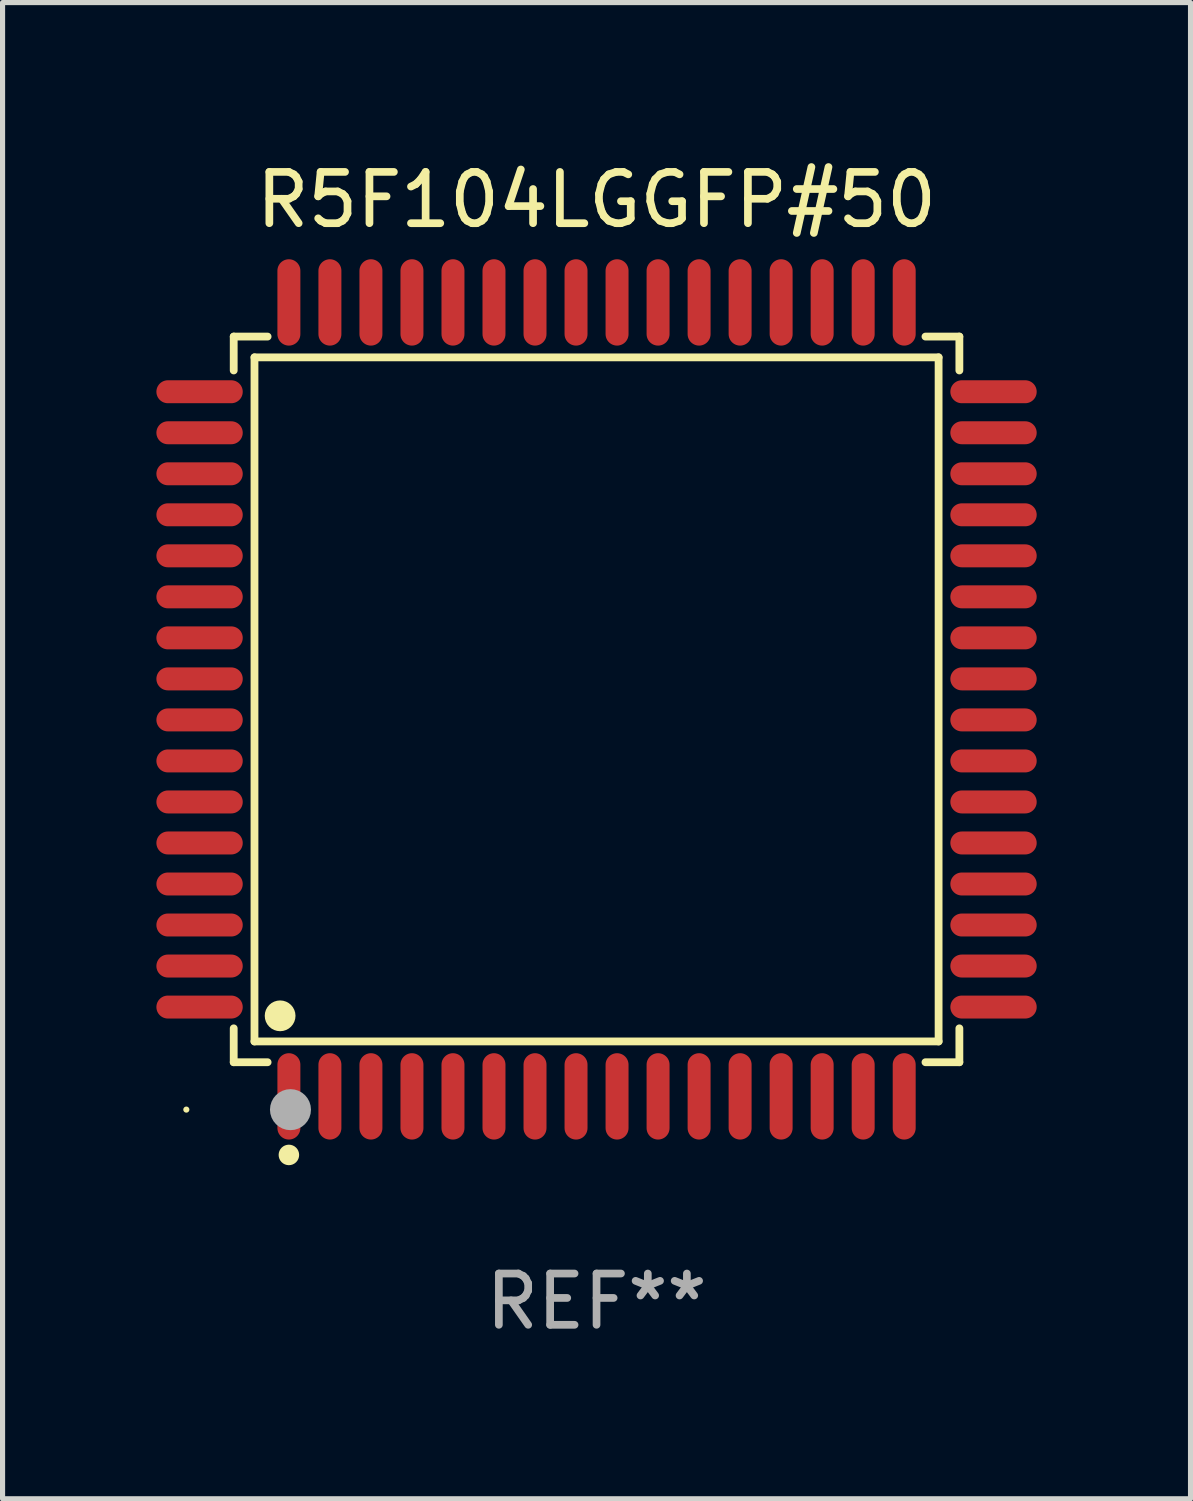
<source format=kicad_pcb>
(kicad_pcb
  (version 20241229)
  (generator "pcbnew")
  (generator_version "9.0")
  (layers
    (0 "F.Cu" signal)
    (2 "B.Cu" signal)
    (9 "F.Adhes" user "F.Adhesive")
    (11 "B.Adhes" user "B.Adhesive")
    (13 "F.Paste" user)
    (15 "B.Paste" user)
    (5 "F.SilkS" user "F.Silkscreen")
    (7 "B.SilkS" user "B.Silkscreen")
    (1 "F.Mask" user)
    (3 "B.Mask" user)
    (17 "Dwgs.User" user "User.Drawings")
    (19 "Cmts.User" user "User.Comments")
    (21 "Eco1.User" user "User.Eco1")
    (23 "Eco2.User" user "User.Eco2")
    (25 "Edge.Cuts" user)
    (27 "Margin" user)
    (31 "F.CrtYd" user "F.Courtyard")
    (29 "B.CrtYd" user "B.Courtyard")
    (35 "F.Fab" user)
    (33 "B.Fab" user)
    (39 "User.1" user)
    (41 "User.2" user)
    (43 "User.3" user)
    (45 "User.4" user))
  (footprint "R5F104LGGFP#50"
    (layer "F.Cu")
    (at 8.584 10.59)
    (property "Reference" "R5F104LGGFP#50" (at 0 -9.742 0) (layer "F.SilkS") (effects (font (size 1 1) (thickness 0.15))))
    (attr through_hole)
    (fp_line (start -7.076 -7.076) (end -6.415 -7.076) (stroke (width 0.152) (type solid)) (layer "F.SilkS"))
    (fp_line (start -7.076 -6.415) (end -7.076 -7.076) (stroke (width 0.152) (type solid)) (layer "F.SilkS"))
    (fp_line (start -7.076 6.415) (end -7.076 7.076) (stroke (width 0.152) (type solid)) (layer "F.SilkS"))
    (fp_line (start -7.076 7.076) (end -6.415 7.076) (stroke (width 0.152) (type solid)) (layer "F.SilkS"))
    (fp_line (start -6.671 -6.671) (end 6.671 -6.671) (stroke (width 0.152) (type solid)) (layer "F.SilkS"))
    (fp_line (start -6.671 6.671) (end -6.671 -6.671) (stroke (width 0.152) (type solid)) (layer "F.SilkS"))
    (fp_line (start 6.671 -6.671) (end 6.671 6.671) (stroke (width 0.152) (type solid)) (layer "F.SilkS"))
    (fp_line (start 6.671 6.671) (end -6.671 6.671) (stroke (width 0.152) (type solid)) (layer "F.SilkS"))
    (fp_line (start 7.076 -7.076) (end 6.415 -7.076) (stroke (width 0.152) (type solid)) (layer "F.SilkS"))
    (fp_line (start 7.076 -6.415) (end 7.076 -7.076) (stroke (width 0.152) (type solid)) (layer "F.SilkS"))
    (fp_line (start 7.076 6.415) (end 7.076 7.076) (stroke (width 0.152) (type solid)) (layer "F.SilkS"))
    (fp_line (start 7.076 7.076) (end 6.415 7.076) (stroke (width 0.152) (type solid)) (layer "F.SilkS"))
    (fp_circle (center -8 8) (end -7.97 8) (stroke (width 0.06) (type solid)) (fill no) (layer "F.SilkS"))
    (fp_circle (center -6.171 6.171) (end -6.021 6.171) (stroke (width 0.3) (type solid)) (fill no) (layer "F.SilkS"))
    (fp_circle (center -6 8.884) (end -5.9 8.884) (stroke (width 0.2) (type solid)) (fill no) (layer "F.SilkS"))
    (fp_circle (center -5.969 8.001) (end -5.769 8.001) (stroke (width 0.4) (type solid)) (fill no) (layer "F.Fab"))
    (fp_text user "REF**" (at 0 11.742 0) (layer "F.Fab") (effects (font (size 1 1) (thickness 0.15))))
    (pad "1" smd oval (at -6 7.742) (size 0.448 1.684) (layers "F.Cu" "F.Mask" "F.Paste"))
    (pad "2" smd oval (at -5.2 7.742) (size 0.448 1.684) (layers "F.Cu" "F.Mask" "F.Paste"))
    (pad "3" smd oval (at -4.4 7.742) (size 0.448 1.684) (layers "F.Cu" "F.Mask" "F.Paste"))
    (pad "4" smd oval (at -3.6 7.742) (size 0.448 1.684) (layers "F.Cu" "F.Mask" "F.Paste"))
    (pad "5" smd oval (at -2.8 7.742) (size 0.448 1.684) (layers "F.Cu" "F.Mask" "F.Paste"))
    (pad "6" smd oval (at -2 7.742) (size 0.448 1.684) (layers "F.Cu" "F.Mask" "F.Paste"))
    (pad "7" smd oval (at -1.2 7.742) (size 0.448 1.684) (layers "F.Cu" "F.Mask" "F.Paste"))
    (pad "8" smd oval (at -0.4 7.742) (size 0.448 1.684) (layers "F.Cu" "F.Mask" "F.Paste"))
    (pad "9" smd oval (at 0.4 7.742) (size 0.448 1.684) (layers "F.Cu" "F.Mask" "F.Paste"))
    (pad "10" smd oval (at 1.2 7.742) (size 0.448 1.684) (layers "F.Cu" "F.Mask" "F.Paste"))
    (pad "11" smd oval (at 2 7.742) (size 0.448 1.684) (layers "F.Cu" "F.Mask" "F.Paste"))
    (pad "12" smd oval (at 2.8 7.742) (size 0.448 1.684) (layers "F.Cu" "F.Mask" "F.Paste"))
    (pad "13" smd oval (at 3.6 7.742) (size 0.448 1.684) (layers "F.Cu" "F.Mask" "F.Paste"))
    (pad "14" smd oval (at 4.4 7.742) (size 0.448 1.684) (layers "F.Cu" "F.Mask" "F.Paste"))
    (pad "15" smd oval (at 5.2 7.742) (size 0.448 1.684) (layers "F.Cu" "F.Mask" "F.Paste"))
    (pad "16" smd oval (at 6 7.742) (size 0.448 1.684) (layers "F.Cu" "F.Mask" "F.Paste"))
    (pad "17" smd oval (at 7.742 6) (size 1.684 0.448) (layers "F.Cu" "F.Mask" "F.Paste"))
    (pad "18" smd oval (at 7.742 5.2) (size 1.684 0.448) (layers "F.Cu" "F.Mask" "F.Paste"))
    (pad "19" smd oval (at 7.742 4.4) (size 1.684 0.448) (layers "F.Cu" "F.Mask" "F.Paste"))
    (pad "20" smd oval (at 7.742 3.6) (size 1.684 0.448) (layers "F.Cu" "F.Mask" "F.Paste"))
    (pad "21" smd oval (at 7.742 2.8) (size 1.684 0.448) (layers "F.Cu" "F.Mask" "F.Paste"))
    (pad "22" smd oval (at 7.742 2) (size 1.684 0.448) (layers "F.Cu" "F.Mask" "F.Paste"))
    (pad "23" smd oval (at 7.742 1.2) (size 1.684 0.448) (layers "F.Cu" "F.Mask" "F.Paste"))
    (pad "24" smd oval (at 7.742 0.4) (size 1.684 0.448) (layers "F.Cu" "F.Mask" "F.Paste"))
    (pad "25" smd oval (at 7.742 -0.4) (size 1.684 0.448) (layers "F.Cu" "F.Mask" "F.Paste"))
    (pad "26" smd oval (at 7.742 -1.2) (size 1.684 0.448) (layers "F.Cu" "F.Mask" "F.Paste"))
    (pad "27" smd oval (at 7.742 -2) (size 1.684 0.448) (layers "F.Cu" "F.Mask" "F.Paste"))
    (pad "28" smd oval (at 7.742 -2.8) (size 1.684 0.448) (layers "F.Cu" "F.Mask" "F.Paste"))
    (pad "29" smd oval (at 7.742 -3.6) (size 1.684 0.448) (layers "F.Cu" "F.Mask" "F.Paste"))
    (pad "30" smd oval (at 7.742 -4.4) (size 1.684 0.448) (layers "F.Cu" "F.Mask" "F.Paste"))
    (pad "31" smd oval (at 7.742 -5.2) (size 1.684 0.448) (layers "F.Cu" "F.Mask" "F.Paste"))
    (pad "32" smd oval (at 7.742 -6) (size 1.684 0.448) (layers "F.Cu" "F.Mask" "F.Paste"))
    (pad "33" smd oval (at 6 -7.742) (size 0.448 1.684) (layers "F.Cu" "F.Mask" "F.Paste"))
    (pad "34" smd oval (at 5.2 -7.742) (size 0.448 1.684) (layers "F.Cu" "F.Mask" "F.Paste"))
    (pad "35" smd oval (at 4.4 -7.742) (size 0.448 1.684) (layers "F.Cu" "F.Mask" "F.Paste"))
    (pad "36" smd oval (at 3.6 -7.742) (size 0.448 1.684) (layers "F.Cu" "F.Mask" "F.Paste"))
    (pad "37" smd oval (at 2.8 -7.742) (size 0.448 1.684) (layers "F.Cu" "F.Mask" "F.Paste"))
    (pad "38" smd oval (at 2 -7.742) (size 0.448 1.684) (layers "F.Cu" "F.Mask" "F.Paste"))
    (pad "39" smd oval (at 1.2 -7.742) (size 0.448 1.684) (layers "F.Cu" "F.Mask" "F.Paste"))
    (pad "40" smd oval (at 0.4 -7.742) (size 0.448 1.684) (layers "F.Cu" "F.Mask" "F.Paste"))
    (pad "41" smd oval (at -0.4 -7.742) (size 0.448 1.684) (layers "F.Cu" "F.Mask" "F.Paste"))
    (pad "42" smd oval (at -1.2 -7.742) (size 0.448 1.684) (layers "F.Cu" "F.Mask" "F.Paste"))
    (pad "43" smd oval (at -2 -7.742) (size 0.448 1.684) (layers "F.Cu" "F.Mask" "F.Paste"))
    (pad "44" smd oval (at -2.8 -7.742) (size 0.448 1.684) (layers "F.Cu" "F.Mask" "F.Paste"))
    (pad "45" smd oval (at -3.6 -7.742) (size 0.448 1.684) (layers "F.Cu" "F.Mask" "F.Paste"))
    (pad "46" smd oval (at -4.4 -7.742) (size 0.448 1.684) (layers "F.Cu" "F.Mask" "F.Paste"))
    (pad "47" smd oval (at -5.2 -7.742) (size 0.448 1.684) (layers "F.Cu" "F.Mask" "F.Paste"))
    (pad "48" smd oval (at -6 -7.742) (size 0.448 1.684) (layers "F.Cu" "F.Mask" "F.Paste"))
    (pad "49" smd oval (at -7.742 -6) (size 1.684 0.448) (layers "F.Cu" "F.Mask" "F.Paste"))
    (pad "50" smd oval (at -7.742 -5.2) (size 1.684 0.448) (layers "F.Cu" "F.Mask" "F.Paste"))
    (pad "51" smd oval (at -7.742 -4.4) (size 1.684 0.448) (layers "F.Cu" "F.Mask" "F.Paste"))
    (pad "52" smd oval (at -7.742 -3.6) (size 1.684 0.448) (layers "F.Cu" "F.Mask" "F.Paste"))
    (pad "53" smd oval (at -7.742 -2.8) (size 1.684 0.448) (layers "F.Cu" "F.Mask" "F.Paste"))
    (pad "54" smd oval (at -7.742 -2) (size 1.684 0.448) (layers "F.Cu" "F.Mask" "F.Paste"))
    (pad "55" smd oval (at -7.742 -1.2) (size 1.684 0.448) (layers "F.Cu" "F.Mask" "F.Paste"))
    (pad "56" smd oval (at -7.742 -0.4) (size 1.684 0.448) (layers "F.Cu" "F.Mask" "F.Paste"))
    (pad "57" smd oval (at -7.742 0.4) (size 1.684 0.448) (layers "F.Cu" "F.Mask" "F.Paste"))
    (pad "58" smd oval (at -7.742 1.2) (size 1.684 0.448) (layers "F.Cu" "F.Mask" "F.Paste"))
    (pad "59" smd oval (at -7.742 2) (size 1.684 0.448) (layers "F.Cu" "F.Mask" "F.Paste"))
    (pad "60" smd oval (at -7.742 2.8) (size 1.684 0.448) (layers "F.Cu" "F.Mask" "F.Paste"))
    (pad "61" smd oval (at -7.742 3.6) (size 1.684 0.448) (layers "F.Cu" "F.Mask" "F.Paste"))
    (pad "62" smd oval (at -7.742 4.4) (size 1.684 0.448) (layers "F.Cu" "F.Mask" "F.Paste"))
    (pad "63" smd oval (at -7.742 5.2) (size 1.684 0.448) (layers "F.Cu" "F.Mask" "F.Paste"))
    (pad "64" smd oval (at -7.742 6) (size 1.684 0.448) (layers "F.Cu" "F.Mask" "F.Paste")))
  (gr_rect
    (start -3 -3)
    (end 20.168 26.18)
    (stroke (width 0.1) (type default))
    (fill no)
    (layer "Edge.Cuts")))
</source>
